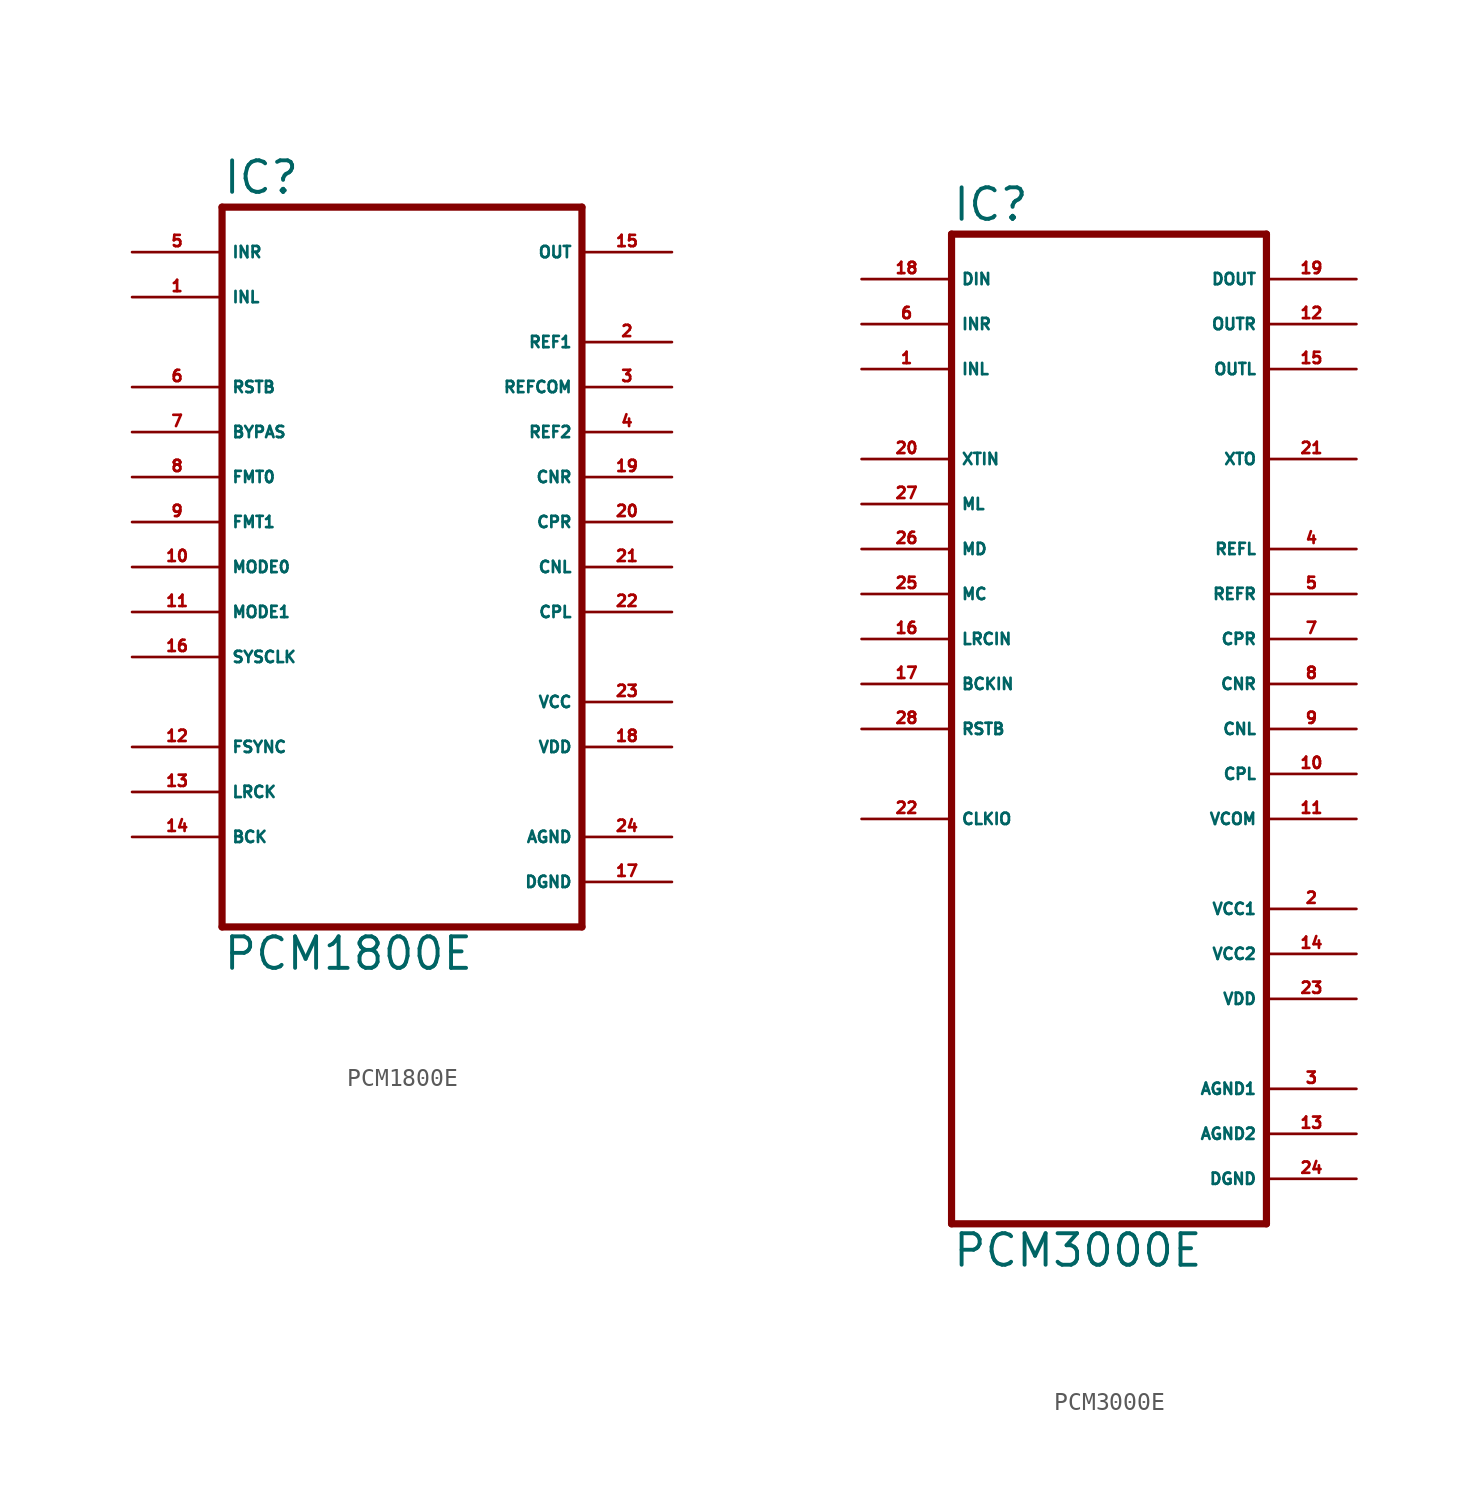
<source format=kicad_sym>
(kicad_symbol_lib
  (version 20220914)
  (generator Eagle2Kicad)
  (symbol "PCM1800E"
    (property "Reference" "IC"
      (at -10.16 20.955 0)
      (effects (font (size 1.778 1.778) (thickness 0.22)) (justify left bottom)))
    (property "Value" "PCM1800E"
      (at -10.16 -22.86 0)
      (effects (font (size 1.778 1.778) (thickness 0.22)) (justify left bottom)))
    (polyline
      (pts (xy -10.16 -20.32) (xy 10.16 -20.32))
      (stroke (width 0.406) (type default))
      (fill (type none)))
    (polyline
      (pts (xy 10.16 -20.32) (xy 10.16 20.32))
      (stroke (width 0.406) (type default))
      (fill (type none)))
    (polyline
      (pts (xy 10.16 20.32) (xy -10.16 20.32))
      (stroke (width 0.406) (type default))
      (fill (type none)))
    (polyline
      (pts (xy -10.16 20.32) (xy -10.16 -20.32))
      (stroke (width 0.406) (type default))
      (fill (type none)))
    (pin input line
      (at -15.24 17.78 0)
      (length 5.08)
      (name "INR" (effects (font (size 0.635 0.635) (thickness 0.08)) (justify left bottom)))
      (number "5" (effects (font (size 0.635 0.635) (thickness 0.08)) (justify left bottom))))
    (pin input line
      (at -15.24 15.24 0)
      (length 5.08)
      (name "INL" (effects (font (size 0.635 0.635) (thickness 0.08)) (justify left bottom)))
      (number "1" (effects (font (size 0.635 0.635) (thickness 0.08)) (justify left bottom))))
    (pin input line
      (at -15.24 10.16 0)
      (length 5.08)
      (name "RSTB" (effects (font (size 0.635 0.635) (thickness 0.08)) (justify left bottom)))
      (number "6" (effects (font (size 0.635 0.635) (thickness 0.08)) (justify left bottom))))
    (pin input line
      (at -15.24 7.62 0)
      (length 5.08)
      (name "BYPAS" (effects (font (size 0.635 0.635) (thickness 0.08)) (justify left bottom)))
      (number "7" (effects (font (size 0.635 0.635) (thickness 0.08)) (justify left bottom))))
    (pin input line
      (at -15.24 5.08 0)
      (length 5.08)
      (name "FMT0" (effects (font (size 0.635 0.635) (thickness 0.08)) (justify left bottom)))
      (number "8" (effects (font (size 0.635 0.635) (thickness 0.08)) (justify left bottom))))
    (pin input line
      (at -15.24 2.54 0)
      (length 5.08)
      (name "FMT1" (effects (font (size 0.635 0.635) (thickness 0.08)) (justify left bottom)))
      (number "9" (effects (font (size 0.635 0.635) (thickness 0.08)) (justify left bottom))))
    (pin input line
      (at -15.24 0 0)
      (length 5.08)
      (name "MODE0" (effects (font (size 0.635 0.635) (thickness 0.08)) (justify left bottom)))
      (number "10" (effects (font (size 0.635 0.635) (thickness 0.08)) (justify left bottom))))
    (pin input line
      (at -15.24 -2.54 0)
      (length 5.08)
      (name "MODE1" (effects (font (size 0.635 0.635) (thickness 0.08)) (justify left bottom)))
      (number "11" (effects (font (size 0.635 0.635) (thickness 0.08)) (justify left bottom))))
    (pin input line
      (at -15.24 -5.08 0)
      (length 5.08)
      (name "SYSCLK" (effects (font (size 0.635 0.635) (thickness 0.08)) (justify left bottom)))
      (number "16" (effects (font (size 0.635 0.635) (thickness 0.08)) (justify left bottom))))
    (pin output line
      (at 15.24 17.78 180)
      (length 5.08)
      (name "OUT" (effects (font (size 0.635 0.635) (thickness 0.08)) (justify left bottom)))
      (number "15" (effects (font (size 0.635 0.635) (thickness 0.08)) (justify left bottom))))
    (pin bidirectional line
      (at -15.24 -10.16 0)
      (length 5.08)
      (name "FSYNC" (effects (font (size 0.635 0.635) (thickness 0.08)) (justify left bottom)))
      (number "12" (effects (font (size 0.635 0.635) (thickness 0.08)) (justify left bottom))))
    (pin bidirectional line
      (at -15.24 -12.7 0)
      (length 5.08)
      (name "LRCK" (effects (font (size 0.635 0.635) (thickness 0.08)) (justify left bottom)))
      (number "13" (effects (font (size 0.635 0.635) (thickness 0.08)) (justify left bottom))))
    (pin bidirectional line
      (at -15.24 -15.24 0)
      (length 5.08)
      (name "BCK" (effects (font (size 0.635 0.635) (thickness 0.08)) (justify left bottom)))
      (number "14" (effects (font (size 0.635 0.635) (thickness 0.08)) (justify left bottom))))
    (pin unspecified line
      (at 15.24 -7.62 180)
      (length 5.08)
      (name "VCC" (effects (font (size 0.635 0.635) (thickness 0.08)) (justify left bottom)))
      (number "23" (effects (font (size 0.635 0.635) (thickness 0.08)) (justify left bottom))))
    (pin unspecified line
      (at 15.24 -10.16 180)
      (length 5.08)
      (name "VDD" (effects (font (size 0.635 0.635) (thickness 0.08)) (justify left bottom)))
      (number "18" (effects (font (size 0.635 0.635) (thickness 0.08)) (justify left bottom))))
    (pin unspecified line
      (at 15.24 -15.24 180)
      (length 5.08)
      (name "AGND" (effects (font (size 0.635 0.635) (thickness 0.08)) (justify left bottom)))
      (number "24" (effects (font (size 0.635 0.635) (thickness 0.08)) (justify left bottom))))
    (pin unspecified line
      (at 15.24 -17.78 180)
      (length 5.08)
      (name "DGND" (effects (font (size 0.635 0.635) (thickness 0.08)) (justify left bottom)))
      (number "17" (effects (font (size 0.635 0.635) (thickness 0.08)) (justify left bottom))))
    (pin passive line
      (at 15.24 -2.54 180)
      (length 5.08)
      (name "CPL" (effects (font (size 0.635 0.635) (thickness 0.08)) (justify left bottom)))
      (number "22" (effects (font (size 0.635 0.635) (thickness 0.08)) (justify left bottom))))
    (pin passive line
      (at 15.24 0 180)
      (length 5.08)
      (name "CNL" (effects (font (size 0.635 0.635) (thickness 0.08)) (justify left bottom)))
      (number "21" (effects (font (size 0.635 0.635) (thickness 0.08)) (justify left bottom))))
    (pin passive line
      (at 15.24 2.54 180)
      (length 5.08)
      (name "CPR" (effects (font (size 0.635 0.635) (thickness 0.08)) (justify left bottom)))
      (number "20" (effects (font (size 0.635 0.635) (thickness 0.08)) (justify left bottom))))
    (pin passive line
      (at 15.24 5.08 180)
      (length 5.08)
      (name "CNR" (effects (font (size 0.635 0.635) (thickness 0.08)) (justify left bottom)))
      (number "19" (effects (font (size 0.635 0.635) (thickness 0.08)) (justify left bottom))))
    (pin passive line
      (at 15.24 7.62 180)
      (length 5.08)
      (name "REF2" (effects (font (size 0.635 0.635) (thickness 0.08)) (justify left bottom)))
      (number "4" (effects (font (size 0.635 0.635) (thickness 0.08)) (justify left bottom))))
    (pin passive line
      (at 15.24 10.16 180)
      (length 5.08)
      (name "REFCOM" (effects (font (size 0.635 0.635) (thickness 0.08)) (justify left bottom)))
      (number "3" (effects (font (size 0.635 0.635) (thickness 0.08)) (justify left bottom))))
    (pin passive line
      (at 15.24 12.7 180)
      (length 5.08)
      (name "REF1" (effects (font (size 0.635 0.635) (thickness 0.08)) (justify left bottom)))
      (number "2" (effects (font (size 0.635 0.635) (thickness 0.08)) (justify left bottom)))))
  (symbol "PCM3000E"
    (property "Reference" "IC"
      (at -7.62 28.575 0)
      (effects (font (size 1.778 1.778) (thickness 0.22)) (justify left bottom)))
    (property "Value" "PCM3000E"
      (at -7.62 -30.48 0)
      (effects (font (size 1.778 1.778) (thickness 0.22)) (justify left bottom)))
    (polyline
      (pts (xy 10.16 -27.94) (xy -7.62 -27.94))
      (stroke (width 0.406) (type default))
      (fill (type none)))
    (polyline
      (pts (xy -7.62 -27.94) (xy -7.62 27.94))
      (stroke (width 0.406) (type default))
      (fill (type none)))
    (polyline
      (pts (xy -7.62 27.94) (xy 10.16 27.94))
      (stroke (width 0.406) (type default))
      (fill (type none)))
    (polyline
      (pts (xy 10.16 27.94) (xy 10.16 -27.94))
      (stroke (width 0.406) (type default))
      (fill (type none)))
    (pin input line
      (at -12.7 25.4 0)
      (length 5.08)
      (name "DIN" (effects (font (size 0.635 0.635) (thickness 0.08)) (justify left bottom)))
      (number "18" (effects (font (size 0.635 0.635) (thickness 0.08)) (justify left bottom))))
    (pin input line
      (at -12.7 20.32 0)
      (length 5.08)
      (name "INL" (effects (font (size 0.635 0.635) (thickness 0.08)) (justify left bottom)))
      (number "1" (effects (font (size 0.635 0.635) (thickness 0.08)) (justify left bottom))))
    (pin input line
      (at -12.7 5.08 0)
      (length 5.08)
      (name "LRCIN" (effects (font (size 0.635 0.635) (thickness 0.08)) (justify left bottom)))
      (number "16" (effects (font (size 0.635 0.635) (thickness 0.08)) (justify left bottom))))
    (pin input line
      (at -12.7 2.54 0)
      (length 5.08)
      (name "BCKIN" (effects (font (size 0.635 0.635) (thickness 0.08)) (justify left bottom)))
      (number "17" (effects (font (size 0.635 0.635) (thickness 0.08)) (justify left bottom))))
    (pin input line
      (at -12.7 22.86 0)
      (length 5.08)
      (name "INR" (effects (font (size 0.635 0.635) (thickness 0.08)) (justify left bottom)))
      (number "6" (effects (font (size 0.635 0.635) (thickness 0.08)) (justify left bottom))))
    (pin input line
      (at -12.7 15.24 0)
      (length 5.08)
      (name "XTIN" (effects (font (size 0.635 0.635) (thickness 0.08)) (justify left bottom)))
      (number "20" (effects (font (size 0.635 0.635) (thickness 0.08)) (justify left bottom))))
    (pin input line
      (at -12.7 7.62 0)
      (length 5.08)
      (name "MC" (effects (font (size 0.635 0.635) (thickness 0.08)) (justify left bottom)))
      (number "25" (effects (font (size 0.635 0.635) (thickness 0.08)) (justify left bottom))))
    (pin input line
      (at -12.7 10.16 0)
      (length 5.08)
      (name "MD" (effects (font (size 0.635 0.635) (thickness 0.08)) (justify left bottom)))
      (number "26" (effects (font (size 0.635 0.635) (thickness 0.08)) (justify left bottom))))
    (pin input line
      (at -12.7 12.7 0)
      (length 5.08)
      (name "ML" (effects (font (size 0.635 0.635) (thickness 0.08)) (justify left bottom)))
      (number "27" (effects (font (size 0.635 0.635) (thickness 0.08)) (justify left bottom))))
    (pin input line
      (at -12.7 0 0)
      (length 5.08)
      (name "RSTB" (effects (font (size 0.635 0.635) (thickness 0.08)) (justify left bottom)))
      (number "28" (effects (font (size 0.635 0.635) (thickness 0.08)) (justify left bottom))))
    (pin output line
      (at 15.24 22.86 180)
      (length 5.08)
      (name "OUTR" (effects (font (size 0.635 0.635) (thickness 0.08)) (justify left bottom)))
      (number "12" (effects (font (size 0.635 0.635) (thickness 0.08)) (justify left bottom))))
    (pin output line
      (at 15.24 20.32 180)
      (length 5.08)
      (name "OUTL" (effects (font (size 0.635 0.635) (thickness 0.08)) (justify left bottom)))
      (number "15" (effects (font (size 0.635 0.635) (thickness 0.08)) (justify left bottom))))
    (pin output line
      (at 15.24 25.4 180)
      (length 5.08)
      (name "DOUT" (effects (font (size 0.635 0.635) (thickness 0.08)) (justify left bottom)))
      (number "19" (effects (font (size 0.635 0.635) (thickness 0.08)) (justify left bottom))))
    (pin output line
      (at 15.24 15.24 180)
      (length 5.08)
      (name "XTO" (effects (font (size 0.635 0.635) (thickness 0.08)) (justify left bottom)))
      (number "21" (effects (font (size 0.635 0.635) (thickness 0.08)) (justify left bottom))))
    (pin bidirectional line
      (at -12.7 -5.08 0)
      (length 5.08)
      (name "CLKIO" (effects (font (size 0.635 0.635) (thickness 0.08)) (justify left bottom)))
      (number "22" (effects (font (size 0.635 0.635) (thickness 0.08)) (justify left bottom))))
    (pin passive line
      (at 15.24 10.16 180)
      (length 5.08)
      (name "REFL" (effects (font (size 0.635 0.635) (thickness 0.08)) (justify left bottom)))
      (number "4" (effects (font (size 0.635 0.635) (thickness 0.08)) (justify left bottom))))
    (pin passive line
      (at 15.24 7.62 180)
      (length 5.08)
      (name "REFR" (effects (font (size 0.635 0.635) (thickness 0.08)) (justify left bottom)))
      (number "5" (effects (font (size 0.635 0.635) (thickness 0.08)) (justify left bottom))))
    (pin passive line
      (at 15.24 5.08 180)
      (length 5.08)
      (name "CPR" (effects (font (size 0.635 0.635) (thickness 0.08)) (justify left bottom)))
      (number "7" (effects (font (size 0.635 0.635) (thickness 0.08)) (justify left bottom))))
    (pin passive line
      (at 15.24 2.54 180)
      (length 5.08)
      (name "CNR" (effects (font (size 0.635 0.635) (thickness 0.08)) (justify left bottom)))
      (number "8" (effects (font (size 0.635 0.635) (thickness 0.08)) (justify left bottom))))
    (pin passive line
      (at 15.24 0 180)
      (length 5.08)
      (name "CNL" (effects (font (size 0.635 0.635) (thickness 0.08)) (justify left bottom)))
      (number "9" (effects (font (size 0.635 0.635) (thickness 0.08)) (justify left bottom))))
    (pin passive line
      (at 15.24 -2.54 180)
      (length 5.08)
      (name "CPL" (effects (font (size 0.635 0.635) (thickness 0.08)) (justify left bottom)))
      (number "10" (effects (font (size 0.635 0.635) (thickness 0.08)) (justify left bottom))))
    (pin passive line
      (at 15.24 -5.08 180)
      (length 5.08)
      (name "VCOM" (effects (font (size 0.635 0.635) (thickness 0.08)) (justify left bottom)))
      (number "11" (effects (font (size 0.635 0.635) (thickness 0.08)) (justify left bottom))))
    (pin unspecified line
      (at 15.24 -10.16 180)
      (length 5.08)
      (name "VCC1" (effects (font (size 0.635 0.635) (thickness 0.08)) (justify left bottom)))
      (number "2" (effects (font (size 0.635 0.635) (thickness 0.08)) (justify left bottom))))
    (pin unspecified line
      (at 15.24 -15.24 180)
      (length 5.08)
      (name "VDD" (effects (font (size 0.635 0.635) (thickness 0.08)) (justify left bottom)))
      (number "23" (effects (font (size 0.635 0.635) (thickness 0.08)) (justify left bottom))))
    (pin unspecified line
      (at 15.24 -20.32 180)
      (length 5.08)
      (name "AGND1" (effects (font (size 0.635 0.635) (thickness 0.08)) (justify left bottom)))
      (number "3" (effects (font (size 0.635 0.635) (thickness 0.08)) (justify left bottom))))
    (pin unspecified line
      (at 15.24 -22.86 180)
      (length 5.08)
      (name "AGND2" (effects (font (size 0.635 0.635) (thickness 0.08)) (justify left bottom)))
      (number "13" (effects (font (size 0.635 0.635) (thickness 0.08)) (justify left bottom))))
    (pin unspecified line
      (at 15.24 -25.4 180)
      (length 5.08)
      (name "DGND" (effects (font (size 0.635 0.635) (thickness 0.08)) (justify left bottom)))
      (number "24" (effects (font (size 0.635 0.635) (thickness 0.08)) (justify left bottom))))
    (pin unspecified line
      (at 15.24 -12.7 180)
      (length 5.08)
      (name "VCC2" (effects (font (size 0.635 0.635) (thickness 0.08)) (justify left bottom)))
      (number "14" (effects (font (size 0.635 0.635) (thickness 0.08)) (justify left bottom))))))
</source>
